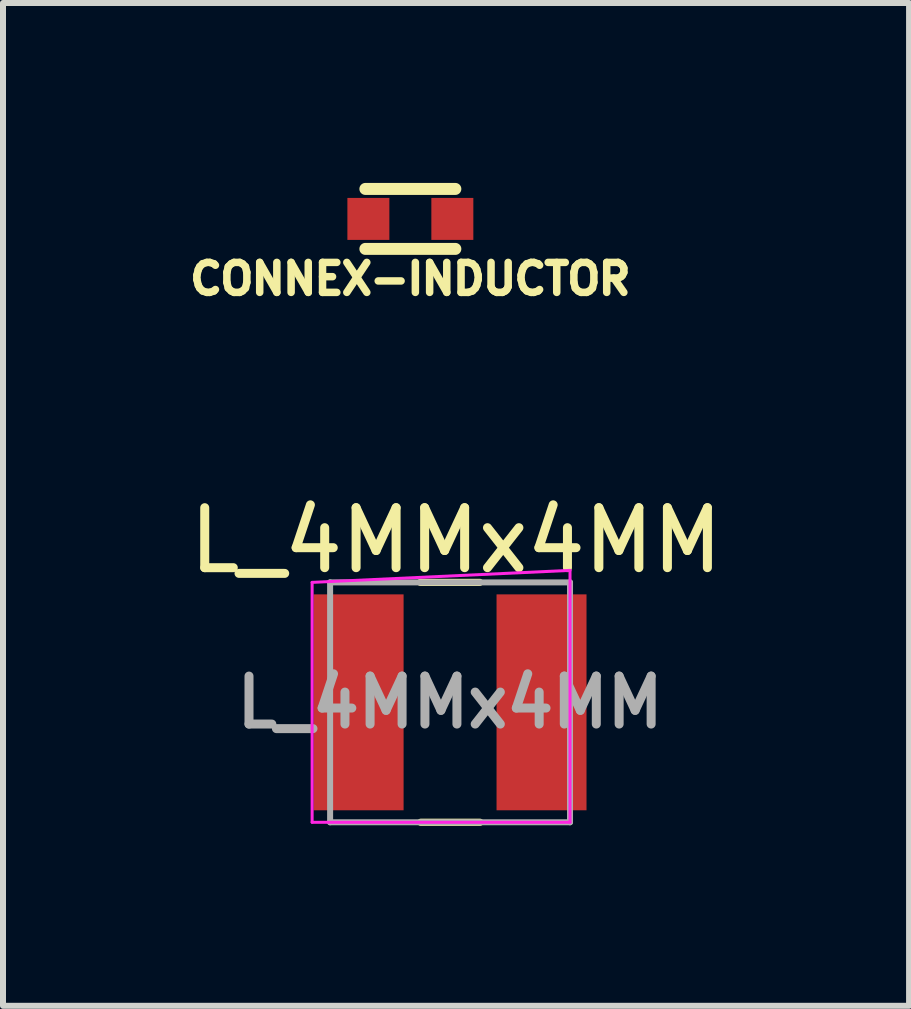
<source format=kicad_pcb>
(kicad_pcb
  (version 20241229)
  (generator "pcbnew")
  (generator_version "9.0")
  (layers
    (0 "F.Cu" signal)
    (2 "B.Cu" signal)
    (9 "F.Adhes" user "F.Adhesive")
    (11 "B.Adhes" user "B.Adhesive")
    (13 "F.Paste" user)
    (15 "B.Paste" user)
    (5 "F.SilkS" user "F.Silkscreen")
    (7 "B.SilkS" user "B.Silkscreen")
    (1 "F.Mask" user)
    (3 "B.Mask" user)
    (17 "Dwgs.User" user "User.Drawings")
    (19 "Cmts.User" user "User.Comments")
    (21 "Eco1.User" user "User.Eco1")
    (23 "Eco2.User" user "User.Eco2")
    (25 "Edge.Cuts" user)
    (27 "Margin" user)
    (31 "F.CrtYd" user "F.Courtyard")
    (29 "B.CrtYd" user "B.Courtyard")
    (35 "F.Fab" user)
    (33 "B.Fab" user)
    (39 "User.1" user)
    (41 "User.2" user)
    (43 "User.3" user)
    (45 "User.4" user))
  (footprint "L_4MMx4MM"
    (layer "F.Cu")
    (at 4.454 8.66)
    (property "Reference" "L_4MMx4MM" (at 0.1 -2.7 0) (layer "F.SilkS") (effects (font (size 1 1) (thickness 0.15))))
    (attr smd)
    (fp_line (start -0.495 -2) (end 0.495 -2) (stroke (width 0.12) (type solid)) (layer "F.SilkS"))
    (fp_line (start -0.49 2) (end 0.5 2) (stroke (width 0.12) (type solid)) (layer "F.SilkS"))
    (fp_line (start -2.3 -2) (end -2.3 2) (stroke (width 0.05) (type solid)) (layer "F.CrtYd"))
    (fp_line (start -2.3 2) (end 2 2) (stroke (width 0.05) (type solid)) (layer "F.CrtYd"))
    (fp_line (start 2 -2.2) (end -2.3 -2) (stroke (width 0.05) (type solid)) (layer "F.CrtYd"))
    (fp_line (start 2 2) (end 2 -2.2) (stroke (width 0.05) (type solid)) (layer "F.CrtYd"))
    (fp_line (start -2 -2) (end -2 2) (stroke (width 0.1) (type solid)) (layer "F.Fab"))
    (fp_line (start -2 2) (end 2 2) (stroke (width 0.1) (type solid)) (layer "F.Fab"))
    (fp_line (start 2 -2) (end -2 -2) (stroke (width 0.1) (type solid)) (layer "F.Fab"))
    (fp_line (start 2 2) (end 2 -2) (stroke (width 0.1) (type solid)) (layer "F.Fab"))
    (fp_text user "${REFERENCE}" (at 0 0 0) (layer "F.Fab") (effects (font (size 0.8 0.8) (thickness 0.15))))
    (pad "1" smd rect (at -1.525 0) (size 1.5 3.6) (layers "F.Cu" "F.Mask" "F.Paste"))
    (pad "2" smd rect (at 1.525 0) (size 1.5 3.6) (layers "F.Cu" "F.Mask" "F.Paste")))
  (footprint "CONNEX-INDUCTOR"
    (layer "F.Cu")
    (at 3.792 0.6)
    (property "Reference" "CONNEX-INDUCTOR" (at 0 1 0) (layer "F.SilkS") (effects (font (size 0.5 0.5) (thickness 0.125))))
    (attr through_hole)
    (fp_line (start -0.75 -0.5) (end 0.75 -0.5) (stroke (width 0.2) (type solid)) (layer "F.SilkS"))
    (fp_line (start -0.75 0.5) (end 0.75 0.5) (stroke (width 0.2) (type solid)) (layer "F.SilkS"))
    (pad "1" smd rect (at -0.7 0) (size 0.7 0.7) (layers "F.Cu" "F.Mask" "F.Paste"))
    (pad "2" smd rect (at 0.7 0) (size 0.7 0.7) (layers "F.Cu" "F.Mask" "F.Paste")))
  (gr_rect
    (start -3 -3)
    (end 12.107 13.72)
    (stroke (width 0.1) (type default))
    (fill no)
    (layer "Edge.Cuts")))
</source>
